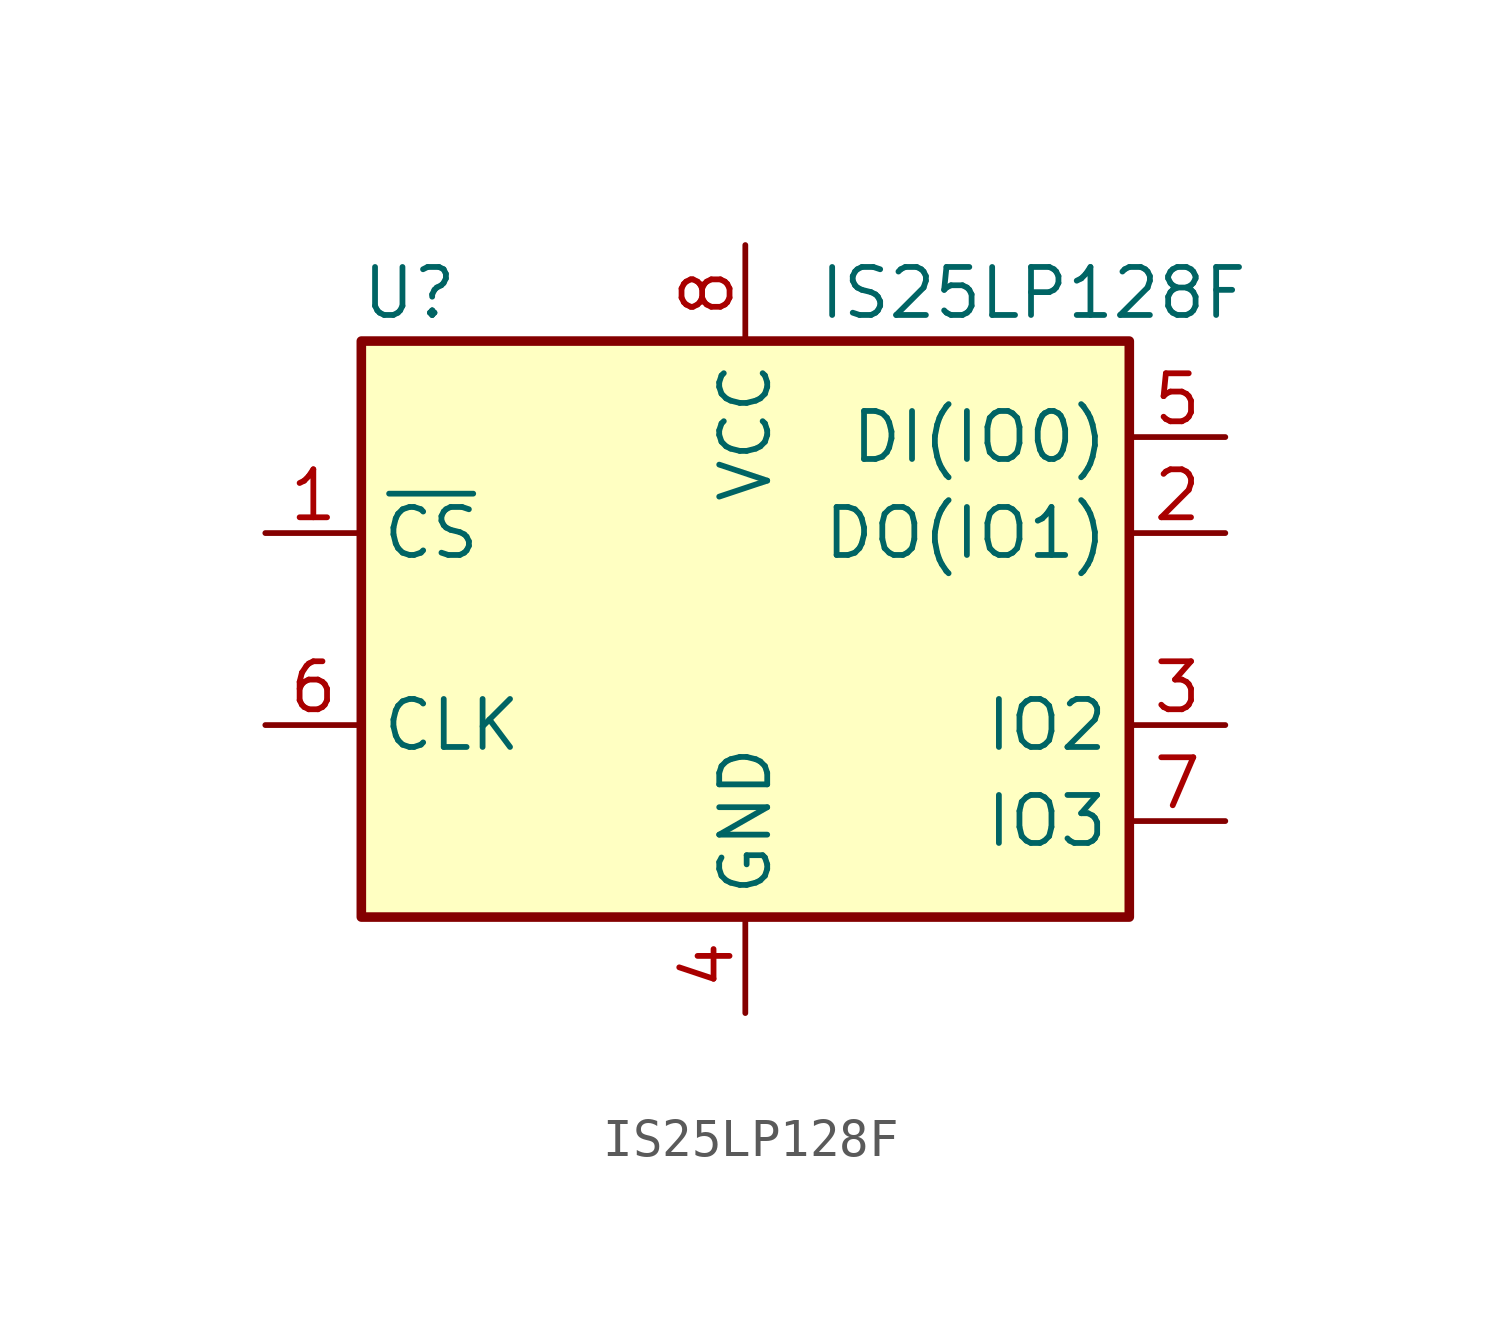
<source format=kicad_sym>
(kicad_symbol_lib
  (version 20211014)
  (generator kicad_symbol_editor)
  (symbol "IS25LP128F"
    (property "Reference" "U"
      (at -8.89 8.89 0)
      (effects (font (size 1.27 1.27))))
    (property "Value" "IS25LP128F"
      (at 7.62 8.89 0)
      (effects (font (size 1.27 1.27))))
    (symbol "IS25LP128F_0_1"
      (rectangle (start -10.16 7.62) (end 10.16 -7.62) (stroke (width 0.254) (type default) (color 0 0 0 0)) (fill (type background))))
    (symbol "IS25LP128F_1_1"
      (pin input line (at -12.7 2.54 0) (length 2.54) (name "~{CS}" (effects (font (size 1.27 1.27)))) (number "1" (effects (font (size 1.27 1.27)))))
      (pin bidirectional line (at 12.7 2.54 180) (length 2.54) (name "DO(IO1)" (effects (font (size 1.27 1.27)))) (number "2" (effects (font (size 1.27 1.27)))))
      (pin bidirectional line (at 12.7 -2.54 180) (length 2.54) (name "IO2" (effects (font (size 1.27 1.27)))) (number "3" (effects (font (size 1.27 1.27)))))
      (pin power_in line (at 0 -10.16 90) (length 2.54) (name "GND" (effects (font (size 1.27 1.27)))) (number "4" (effects (font (size 1.27 1.27)))))
      (pin bidirectional line (at 12.7 5.08 180) (length 2.54) (name "DI(IO0)" (effects (font (size 1.27 1.27)))) (number "5" (effects (font (size 1.27 1.27)))))
      (pin input line (at -12.7 -2.54 0) (length 2.54) (name "CLK" (effects (font (size 1.27 1.27)))) (number "6" (effects (font (size 1.27 1.27)))))
      (pin bidirectional line (at 12.7 -5.08 180) (length 2.54) (name "IO3" (effects (font (size 1.27 1.27)))) (number "7" (effects (font (size 1.27 1.27)))))
      (pin power_in line (at 0 10.16 270) (length 2.54) (name "VCC" (effects (font (size 1.27 1.27)))) (number "8" (effects (font (size 1.27 1.27))))))))
</source>
